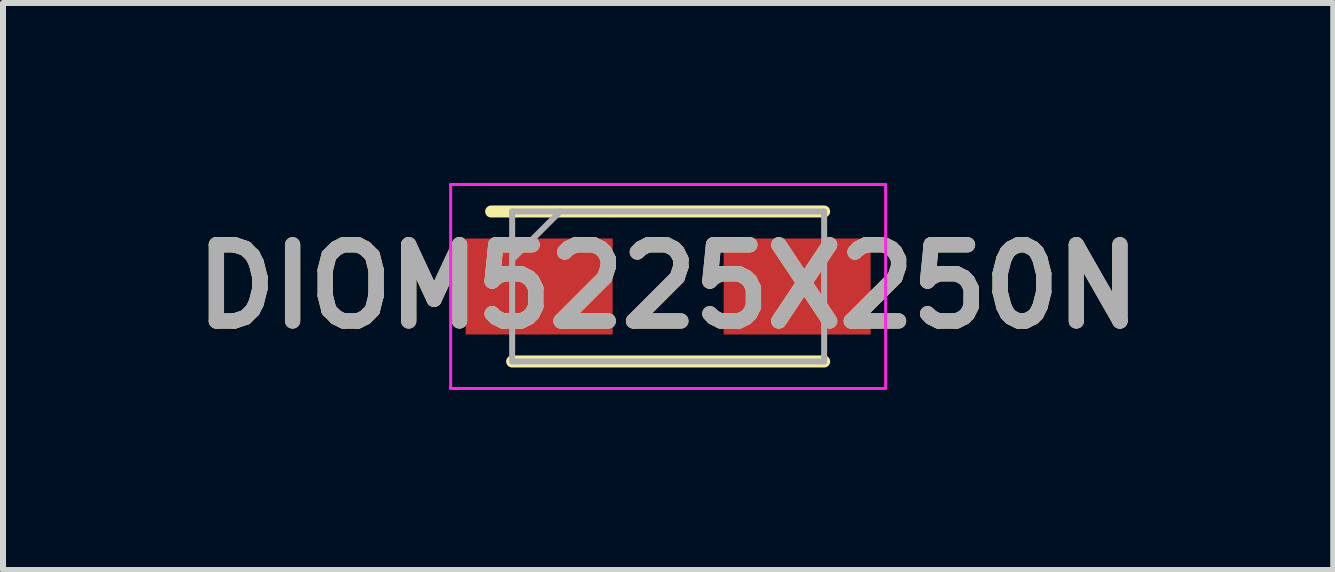
<source format=kicad_pcb>
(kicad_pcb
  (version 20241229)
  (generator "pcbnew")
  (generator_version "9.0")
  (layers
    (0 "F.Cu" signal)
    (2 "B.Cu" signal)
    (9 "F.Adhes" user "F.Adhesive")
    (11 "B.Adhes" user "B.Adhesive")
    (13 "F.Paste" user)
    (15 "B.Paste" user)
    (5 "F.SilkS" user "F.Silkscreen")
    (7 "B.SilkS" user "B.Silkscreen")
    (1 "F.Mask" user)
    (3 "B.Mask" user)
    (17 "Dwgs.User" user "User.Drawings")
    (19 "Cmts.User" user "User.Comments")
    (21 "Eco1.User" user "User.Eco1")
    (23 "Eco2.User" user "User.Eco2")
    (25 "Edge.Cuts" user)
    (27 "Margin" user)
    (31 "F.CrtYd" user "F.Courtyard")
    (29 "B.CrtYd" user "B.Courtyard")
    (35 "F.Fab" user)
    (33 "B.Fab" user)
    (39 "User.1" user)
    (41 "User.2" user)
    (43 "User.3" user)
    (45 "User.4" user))
  (footprint "DIOM5225X250N"
    (layer "F.Cu")
    (at 8.086 1.725)
    (property "Reference" "DIOM5225X250N" (at 0 0 0) (layer "F.SilkS") (effects (font (size 1.27 1.27) (thickness 0.254))))
    (attr smd)
    (fp_line (start -2.6 1.25) (end 2.6 1.25) (stroke (width 0.2) (type solid)) (layer "F.SilkS"))
    (fp_line (start 2.6 -1.25) (end -2.95 -1.25) (stroke (width 0.2) (type solid)) (layer "F.SilkS"))
    (fp_line (start -3.625 -1.7) (end 3.625 -1.7) (stroke (width 0.05) (type solid)) (layer "F.CrtYd"))
    (fp_line (start -3.625 1.7) (end -3.625 -1.7) (stroke (width 0.05) (type solid)) (layer "F.CrtYd"))
    (fp_line (start 3.625 -1.7) (end 3.625 1.7) (stroke (width 0.05) (type solid)) (layer "F.CrtYd"))
    (fp_line (start 3.625 1.7) (end -3.625 1.7) (stroke (width 0.05) (type solid)) (layer "F.CrtYd"))
    (fp_line (start -2.6 -1.25) (end 2.6 -1.25) (stroke (width 0.1) (type solid)) (layer "F.Fab"))
    (fp_line (start -2.6 -0.45) (end -1.8 -1.25) (stroke (width 0.1) (type solid)) (layer "F.Fab"))
    (fp_line (start -2.6 1.25) (end -2.6 -1.25) (stroke (width 0.1) (type solid)) (layer "F.Fab"))
    (fp_line (start 2.6 -1.25) (end 2.6 1.25) (stroke (width 0.1) (type solid)) (layer "F.Fab"))
    (fp_line (start 2.6 1.25) (end -2.6 1.25) (stroke (width 0.1) (type solid)) (layer "F.Fab"))
    (fp_text user "${REFERENCE}" (at 0 0 0) (layer "F.Fab") (effects (font (size 1.27 1.27) (thickness 0.254))))
    (pad "1" smd rect (at -2.15 0 90) (size 1.6 2.45) (layers "F.Cu" "F.Mask" "F.Paste"))
    (pad "2" smd rect (at 2.15 0 90) (size 1.6 2.45) (layers "F.Cu" "F.Mask" "F.Paste")))
  (gr_rect
    (start -3 -3)
    (end 19.171 6.45)
    (stroke (width 0.1) (type default))
    (fill no)
    (layer "Edge.Cuts")))
</source>
